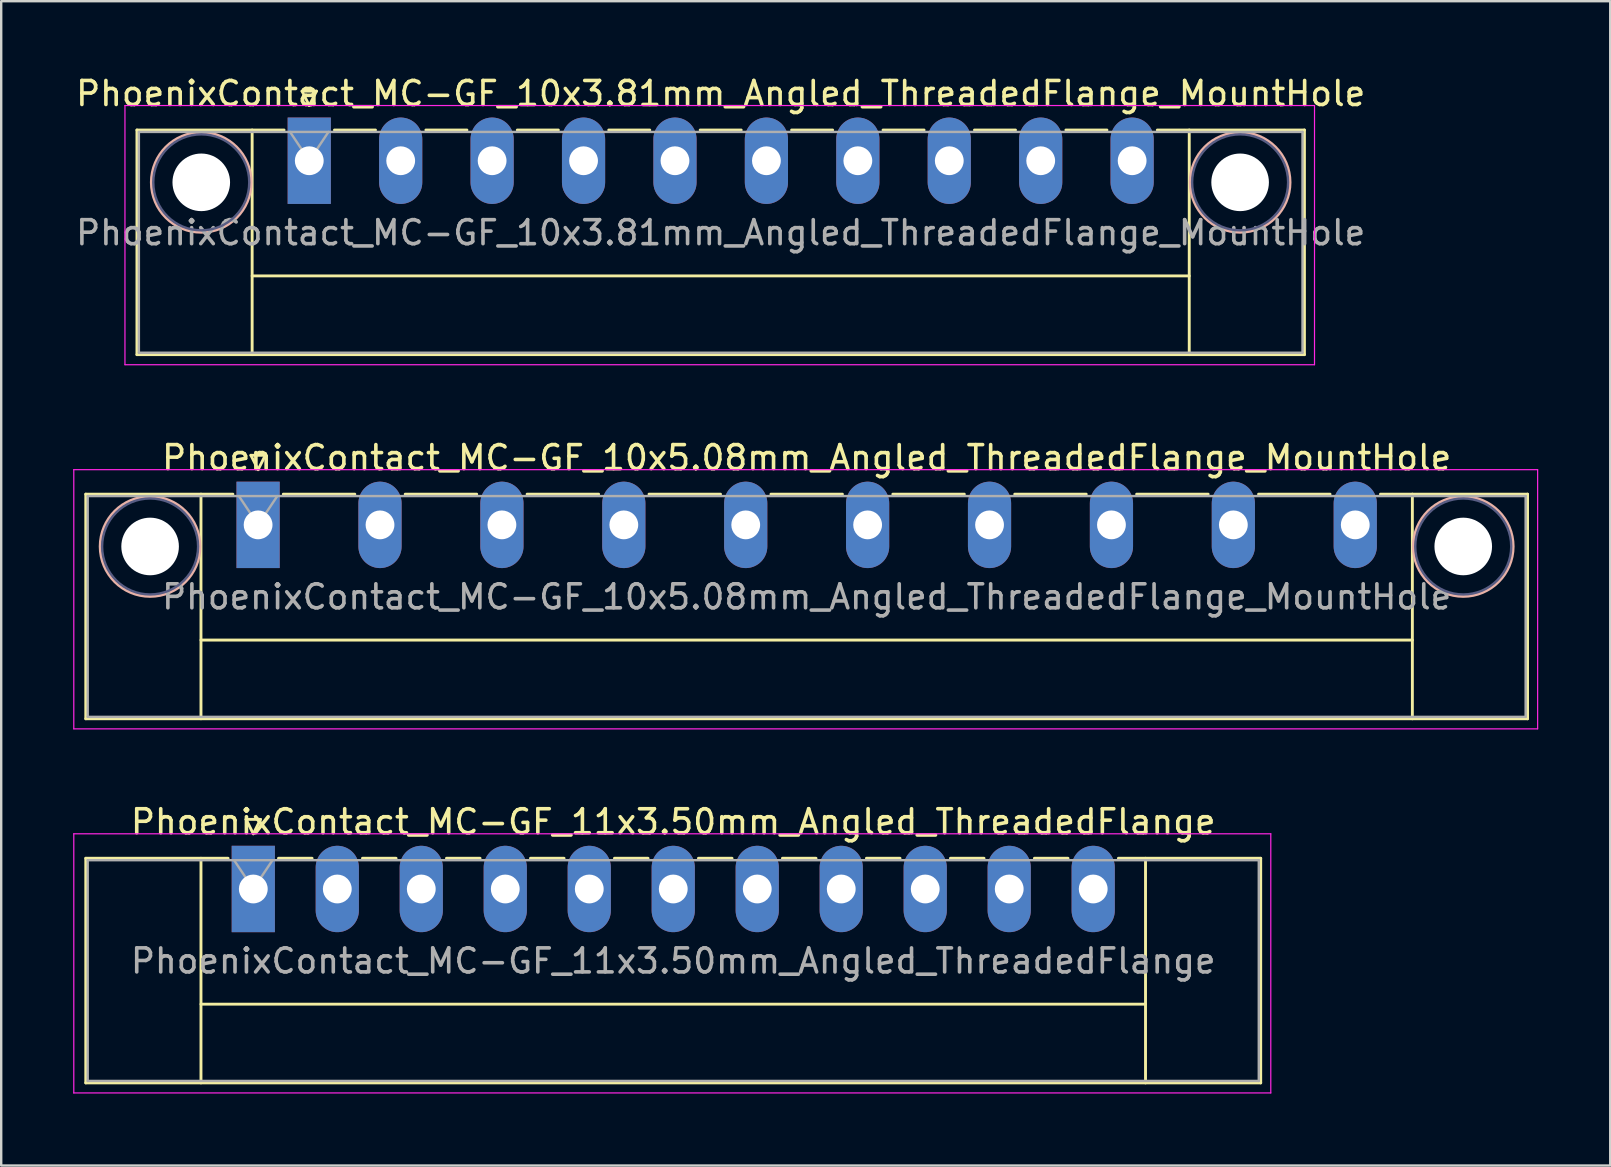
<source format=kicad_pcb>
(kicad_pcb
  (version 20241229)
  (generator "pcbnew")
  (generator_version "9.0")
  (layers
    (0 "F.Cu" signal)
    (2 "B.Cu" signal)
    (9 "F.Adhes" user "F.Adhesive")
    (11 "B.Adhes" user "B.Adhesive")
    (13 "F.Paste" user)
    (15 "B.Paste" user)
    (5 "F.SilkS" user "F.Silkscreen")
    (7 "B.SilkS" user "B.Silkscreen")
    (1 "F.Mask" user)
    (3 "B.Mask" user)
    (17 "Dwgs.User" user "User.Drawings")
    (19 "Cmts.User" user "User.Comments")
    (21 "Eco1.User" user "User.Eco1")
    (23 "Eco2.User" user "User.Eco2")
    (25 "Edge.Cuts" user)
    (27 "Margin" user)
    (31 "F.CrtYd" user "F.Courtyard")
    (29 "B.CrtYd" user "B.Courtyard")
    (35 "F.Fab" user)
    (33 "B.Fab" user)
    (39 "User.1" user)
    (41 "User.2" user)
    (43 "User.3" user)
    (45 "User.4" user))
  (footprint "PhoenixContact_MC-GF_10x3.81mm_Angled_ThreadedFlange_MountHole"
    (layer "F.Cu")
    (at 9.837 3.648)
    (property "Reference" "PhoenixContact_MC-GF_10x3.81mm_Angled_ThreadedFlange_MountHole" (at 17.145 -2.8 0) (layer "F.SilkS") (effects (font (size 1 1) (thickness 0.15))))
    (attr through_hole)
    (fp_line (start -7.18 -1.28) (end -7.18 8.08) (stroke (width 0.12) (type solid)) (layer "F.SilkS"))
    (fp_line (start -7.18 -1.28) (end -1.05 -1.28) (stroke (width 0.12) (type solid)) (layer "F.SilkS"))
    (fp_line (start -7.18 8.08) (end 41.47 8.08) (stroke (width 0.12) (type solid)) (layer "F.SilkS"))
    (fp_line (start -2.38 -1.28) (end -2.38 8.08) (stroke (width 0.12) (type solid)) (layer "F.SilkS"))
    (fp_line (start -2.38 4.8) (end 36.67 4.8) (stroke (width 0.12) (type solid)) (layer "F.SilkS"))
    (fp_line (start -0.3 -2.9) (end 0.3 -2.9) (stroke (width 0.12) (type solid)) (layer "F.SilkS"))
    (fp_line (start 0 -2.3) (end -0.3 -2.9) (stroke (width 0.12) (type solid)) (layer "F.SilkS"))
    (fp_line (start 0.3 -2.9) (end 0 -2.3) (stroke (width 0.12) (type solid)) (layer "F.SilkS"))
    (fp_line (start 1.05 -1.28) (end 2.76 -1.28) (stroke (width 0.12) (type solid)) (layer "F.SilkS"))
    (fp_line (start 4.86 -1.28) (end 6.57 -1.28) (stroke (width 0.12) (type solid)) (layer "F.SilkS"))
    (fp_line (start 8.67 -1.28) (end 10.38 -1.28) (stroke (width 0.12) (type solid)) (layer "F.SilkS"))
    (fp_line (start 12.48 -1.28) (end 14.19 -1.28) (stroke (width 0.12) (type solid)) (layer "F.SilkS"))
    (fp_line (start 16.29 -1.28) (end 18 -1.28) (stroke (width 0.12) (type solid)) (layer "F.SilkS"))
    (fp_line (start 20.1 -1.28) (end 21.81 -1.28) (stroke (width 0.12) (type solid)) (layer "F.SilkS"))
    (fp_line (start 23.91 -1.28) (end 25.62 -1.28) (stroke (width 0.12) (type solid)) (layer "F.SilkS"))
    (fp_line (start 27.72 -1.28) (end 29.43 -1.28) (stroke (width 0.12) (type solid)) (layer "F.SilkS"))
    (fp_line (start 31.53 -1.28) (end 33.24 -1.28) (stroke (width 0.12) (type solid)) (layer "F.SilkS"))
    (fp_line (start 36.67 -1.28) (end 36.67 8.08) (stroke (width 0.12) (type solid)) (layer "F.SilkS"))
    (fp_line (start 41.47 -1.28) (end 35.34 -1.28) (stroke (width 0.12) (type solid)) (layer "F.SilkS"))
    (fp_line (start 41.47 8.08) (end 41.47 -1.28) (stroke (width 0.12) (type solid)) (layer "F.SilkS"))
    (fp_circle (center -4.5 0.9) (end -2.42 0.9) (stroke (width 0.12) (type solid)) (fill no) (layer "B.SilkS"))
    (fp_circle (center 38.79 0.9) (end 40.87 0.9) (stroke (width 0.12) (type solid)) (fill no) (layer "B.SilkS"))
    (fp_line (start -7.68 -2.3) (end -7.68 8.5) (stroke (width 0.05) (type solid)) (layer "F.CrtYd"))
    (fp_line (start -7.68 8.5) (end 41.89 8.5) (stroke (width 0.05) (type solid)) (layer "F.CrtYd"))
    (fp_line (start 41.89 -2.3) (end -7.68 -2.3) (stroke (width 0.05) (type solid)) (layer "F.CrtYd"))
    (fp_line (start 41.89 8.5) (end 41.89 -2.3) (stroke (width 0.05) (type solid)) (layer "F.CrtYd"))
    (fp_circle (center -4.5 0.9) (end -2.5 0.9) (stroke (width 0.1) (type solid)) (fill no) (layer "B.Fab"))
    (fp_circle (center 38.79 0.9) (end 40.79 0.9) (stroke (width 0.1) (type solid)) (fill no) (layer "B.Fab"))
    (fp_line (start -7.1 -1.2) (end -7.1 8) (stroke (width 0.1) (type solid)) (layer "F.Fab"))
    (fp_line (start -7.1 8) (end 41.39 8) (stroke (width 0.1) (type solid)) (layer "F.Fab"))
    (fp_line (start 0 0) (end -0.8 -1.2) (stroke (width 0.1) (type solid)) (layer "F.Fab"))
    (fp_line (start 0.8 -1.2) (end 0 0) (stroke (width 0.1) (type solid)) (layer "F.Fab"))
    (fp_line (start 41.39 -1.2) (end -7.1 -1.2) (stroke (width 0.1) (type solid)) (layer "F.Fab"))
    (fp_line (start 41.39 8) (end 41.39 -1.2) (stroke (width 0.1) (type solid)) (layer "F.Fab"))
    (fp_text user "${REFERENCE}" (at 17.145 3 0) (layer "F.Fab") (effects (font (size 1 1) (thickness 0.15))))
    (pad "" np_thru_hole circle (at -4.5 0.9) (size 2.4 2.4) (drill 2.4) (layers "*.Cu" "*.Mask"))
    (pad "" np_thru_hole circle (at 38.79 0.9) (size 2.4 2.4) (drill 2.4) (layers "*.Cu" "*.Mask"))
    (pad "1" thru_hole rect (at 0 0) (size 1.8 3.6) (drill 1.2) (layers "*.Cu" "*.Mask"))
    (pad "2" thru_hole oval (at 3.81 0) (size 1.8 3.6) (drill 1.2) (layers "*.Cu" "*.Mask"))
    (pad "3" thru_hole oval (at 7.62 0) (size 1.8 3.6) (drill 1.2) (layers "*.Cu" "*.Mask"))
    (pad "4" thru_hole oval (at 11.43 0) (size 1.8 3.6) (drill 1.2) (layers "*.Cu" "*.Mask"))
    (pad "5" thru_hole oval (at 15.24 0) (size 1.8 3.6) (drill 1.2) (layers "*.Cu" "*.Mask"))
    (pad "6" thru_hole oval (at 19.05 0) (size 1.8 3.6) (drill 1.2) (layers "*.Cu" "*.Mask"))
    (pad "7" thru_hole oval (at 22.86 0) (size 1.8 3.6) (drill 1.2) (layers "*.Cu" "*.Mask"))
    (pad "8" thru_hole oval (at 26.67 0) (size 1.8 3.6) (drill 1.2) (layers "*.Cu" "*.Mask"))
    (pad "9" thru_hole oval (at 30.48 0) (size 1.8 3.6) (drill 1.2) (layers "*.Cu" "*.Mask"))
    (pad "10" thru_hole oval (at 34.29 0) (size 1.8 3.6) (drill 1.2) (layers "*.Cu" "*.Mask")))
  (footprint "PhoenixContact_MC-GF_11x3.50mm_Angled_ThreadedFlange"
    (layer "F.Cu")
    (at 7.505 33.995)
    (property "Reference" "PhoenixContact_MC-GF_11x3.50mm_Angled_ThreadedFlange" (at 17.5 -2.8 0) (layer "F.SilkS") (effects (font (size 1 1) (thickness 0.15))))
    (attr through_hole)
    (fp_line (start -6.98 -1.28) (end -6.98 8.08) (stroke (width 0.12) (type solid)) (layer "F.SilkS"))
    (fp_line (start -6.98 -1.28) (end -1.05 -1.28) (stroke (width 0.12) (type solid)) (layer "F.SilkS"))
    (fp_line (start -6.98 8.08) (end 41.98 8.08) (stroke (width 0.12) (type solid)) (layer "F.SilkS"))
    (fp_line (start -2.18 -1.28) (end -2.18 8.08) (stroke (width 0.12) (type solid)) (layer "F.SilkS"))
    (fp_line (start -2.18 4.8) (end 37.18 4.8) (stroke (width 0.12) (type solid)) (layer "F.SilkS"))
    (fp_line (start -0.3 -2.9) (end 0.3 -2.9) (stroke (width 0.12) (type solid)) (layer "F.SilkS"))
    (fp_line (start 0 -2.3) (end -0.3 -2.9) (stroke (width 0.12) (type solid)) (layer "F.SilkS"))
    (fp_line (start 0.3 -2.9) (end 0 -2.3) (stroke (width 0.12) (type solid)) (layer "F.SilkS"))
    (fp_line (start 1.05 -1.28) (end 2.45 -1.28) (stroke (width 0.12) (type solid)) (layer "F.SilkS"))
    (fp_line (start 4.55 -1.28) (end 5.95 -1.28) (stroke (width 0.12) (type solid)) (layer "F.SilkS"))
    (fp_line (start 8.05 -1.28) (end 9.45 -1.28) (stroke (width 0.12) (type solid)) (layer "F.SilkS"))
    (fp_line (start 11.55 -1.28) (end 12.95 -1.28) (stroke (width 0.12) (type solid)) (layer "F.SilkS"))
    (fp_line (start 15.05 -1.28) (end 16.45 -1.28) (stroke (width 0.12) (type solid)) (layer "F.SilkS"))
    (fp_line (start 18.55 -1.28) (end 19.95 -1.28) (stroke (width 0.12) (type solid)) (layer "F.SilkS"))
    (fp_line (start 22.05 -1.28) (end 23.45 -1.28) (stroke (width 0.12) (type solid)) (layer "F.SilkS"))
    (fp_line (start 25.55 -1.28) (end 26.95 -1.28) (stroke (width 0.12) (type solid)) (layer "F.SilkS"))
    (fp_line (start 29.05 -1.28) (end 30.45 -1.28) (stroke (width 0.12) (type solid)) (layer "F.SilkS"))
    (fp_line (start 32.55 -1.28) (end 33.95 -1.28) (stroke (width 0.12) (type solid)) (layer "F.SilkS"))
    (fp_line (start 37.18 -1.28) (end 37.18 8.08) (stroke (width 0.12) (type solid)) (layer "F.SilkS"))
    (fp_line (start 41.98 -1.28) (end 36.05 -1.28) (stroke (width 0.12) (type solid)) (layer "F.SilkS"))
    (fp_line (start 41.98 8.08) (end 41.98 -1.28) (stroke (width 0.12) (type solid)) (layer "F.SilkS"))
    (fp_line (start -7.48 -2.3) (end -7.48 8.5) (stroke (width 0.05) (type solid)) (layer "F.CrtYd"))
    (fp_line (start -7.48 8.5) (end 42.4 8.5) (stroke (width 0.05) (type solid)) (layer "F.CrtYd"))
    (fp_line (start 42.4 -2.3) (end -7.48 -2.3) (stroke (width 0.05) (type solid)) (layer "F.CrtYd"))
    (fp_line (start 42.4 8.5) (end 42.4 -2.3) (stroke (width 0.05) (type solid)) (layer "F.CrtYd"))
    (fp_line (start -6.9 -1.2) (end -6.9 8) (stroke (width 0.1) (type solid)) (layer "F.Fab"))
    (fp_line (start -6.9 8) (end 41.9 8) (stroke (width 0.1) (type solid)) (layer "F.Fab"))
    (fp_line (start 0 0) (end -0.8 -1.2) (stroke (width 0.1) (type solid)) (layer "F.Fab"))
    (fp_line (start 0.8 -1.2) (end 0 0) (stroke (width 0.1) (type solid)) (layer "F.Fab"))
    (fp_line (start 41.9 -1.2) (end -6.9 -1.2) (stroke (width 0.1) (type solid)) (layer "F.Fab"))
    (fp_line (start 41.9 8) (end 41.9 -1.2) (stroke (width 0.1) (type solid)) (layer "F.Fab"))
    (fp_text user "${REFERENCE}" (at 17.5 3 0) (layer "F.Fab") (effects (font (size 1 1) (thickness 0.15))))
    (pad "1" thru_hole rect (at 0 0) (size 1.8 3.6) (drill 1.2) (layers "*.Cu" "*.Mask"))
    (pad "2" thru_hole oval (at 3.5 0) (size 1.8 3.6) (drill 1.2) (layers "*.Cu" "*.Mask"))
    (pad "3" thru_hole oval (at 7 0) (size 1.8 3.6) (drill 1.2) (layers "*.Cu" "*.Mask"))
    (pad "4" thru_hole oval (at 10.5 0) (size 1.8 3.6) (drill 1.2) (layers "*.Cu" "*.Mask"))
    (pad "5" thru_hole oval (at 14 0) (size 1.8 3.6) (drill 1.2) (layers "*.Cu" "*.Mask"))
    (pad "6" thru_hole oval (at 17.5 0) (size 1.8 3.6) (drill 1.2) (layers "*.Cu" "*.Mask"))
    (pad "7" thru_hole oval (at 21 0) (size 1.8 3.6) (drill 1.2) (layers "*.Cu" "*.Mask"))
    (pad "8" thru_hole oval (at 24.5 0) (size 1.8 3.6) (drill 1.2) (layers "*.Cu" "*.Mask"))
    (pad "9" thru_hole oval (at 28 0) (size 1.8 3.6) (drill 1.2) (layers "*.Cu" "*.Mask"))
    (pad "10" thru_hole oval (at 31.5 0) (size 1.8 3.6) (drill 1.2) (layers "*.Cu" "*.Mask"))
    (pad "11" thru_hole oval (at 35 0) (size 1.8 3.6) (drill 1.2) (layers "*.Cu" "*.Mask")))
  (footprint "PhoenixContact_MC-GF_10x5.08mm_Angled_ThreadedFlange_MountHole"
    (layer "F.Cu")
    (at 7.705 18.822)
    (property "Reference" "PhoenixContact_MC-GF_10x5.08mm_Angled_ThreadedFlange_MountHole" (at 22.86 -2.8 0) (layer "F.SilkS") (effects (font (size 1 1) (thickness 0.15))))
    (attr through_hole)
    (fp_line (start -7.18 -1.28) (end -7.18 8.08) (stroke (width 0.12) (type solid)) (layer "F.SilkS"))
    (fp_line (start -7.18 -1.28) (end -1.05 -1.28) (stroke (width 0.12) (type solid)) (layer "F.SilkS"))
    (fp_line (start -7.18 8.08) (end 52.9 8.08) (stroke (width 0.12) (type solid)) (layer "F.SilkS"))
    (fp_line (start -2.38 -1.28) (end -2.38 8.08) (stroke (width 0.12) (type solid)) (layer "F.SilkS"))
    (fp_line (start -2.38 4.8) (end 48.1 4.8) (stroke (width 0.12) (type solid)) (layer "F.SilkS"))
    (fp_line (start -0.3 -2.9) (end 0.3 -2.9) (stroke (width 0.12) (type solid)) (layer "F.SilkS"))
    (fp_line (start 0 -2.3) (end -0.3 -2.9) (stroke (width 0.12) (type solid)) (layer "F.SilkS"))
    (fp_line (start 0.3 -2.9) (end 0 -2.3) (stroke (width 0.12) (type solid)) (layer "F.SilkS"))
    (fp_line (start 1.05 -1.28) (end 4.03 -1.28) (stroke (width 0.12) (type solid)) (layer "F.SilkS"))
    (fp_line (start 6.13 -1.28) (end 9.11 -1.28) (stroke (width 0.12) (type solid)) (layer "F.SilkS"))
    (fp_line (start 11.21 -1.28) (end 14.19 -1.28) (stroke (width 0.12) (type solid)) (layer "F.SilkS"))
    (fp_line (start 16.29 -1.28) (end 19.27 -1.28) (stroke (width 0.12) (type solid)) (layer "F.SilkS"))
    (fp_line (start 21.37 -1.28) (end 24.35 -1.28) (stroke (width 0.12) (type solid)) (layer "F.SilkS"))
    (fp_line (start 26.45 -1.28) (end 29.43 -1.28) (stroke (width 0.12) (type solid)) (layer "F.SilkS"))
    (fp_line (start 31.53 -1.28) (end 34.51 -1.28) (stroke (width 0.12) (type solid)) (layer "F.SilkS"))
    (fp_line (start 36.61 -1.28) (end 39.59 -1.28) (stroke (width 0.12) (type solid)) (layer "F.SilkS"))
    (fp_line (start 41.69 -1.28) (end 44.67 -1.28) (stroke (width 0.12) (type solid)) (layer "F.SilkS"))
    (fp_line (start 48.1 -1.28) (end 48.1 8.08) (stroke (width 0.12) (type solid)) (layer "F.SilkS"))
    (fp_line (start 52.9 -1.28) (end 46.77 -1.28) (stroke (width 0.12) (type solid)) (layer "F.SilkS"))
    (fp_line (start 52.9 8.08) (end 52.9 -1.28) (stroke (width 0.12) (type solid)) (layer "F.SilkS"))
    (fp_circle (center -4.5 0.9) (end -2.42 0.9) (stroke (width 0.12) (type solid)) (fill no) (layer "B.SilkS"))
    (fp_circle (center 50.22 0.9) (end 52.3 0.9) (stroke (width 0.12) (type solid)) (fill no) (layer "B.SilkS"))
    (fp_line (start -7.68 -2.3) (end -7.68 8.5) (stroke (width 0.05) (type solid)) (layer "F.CrtYd"))
    (fp_line (start -7.68 8.5) (end 53.32 8.5) (stroke (width 0.05) (type solid)) (layer "F.CrtYd"))
    (fp_line (start 53.32 -2.3) (end -7.68 -2.3) (stroke (width 0.05) (type solid)) (layer "F.CrtYd"))
    (fp_line (start 53.32 8.5) (end 53.32 -2.3) (stroke (width 0.05) (type solid)) (layer "F.CrtYd"))
    (fp_circle (center -4.5 0.9) (end -2.5 0.9) (stroke (width 0.1) (type solid)) (fill no) (layer "B.Fab"))
    (fp_circle (center 50.22 0.9) (end 52.22 0.9) (stroke (width 0.1) (type solid)) (fill no) (layer "B.Fab"))
    (fp_line (start -7.1 -1.2) (end -7.1 8) (stroke (width 0.1) (type solid)) (layer "F.Fab"))
    (fp_line (start -7.1 8) (end 52.82 8) (stroke (width 0.1) (type solid)) (layer "F.Fab"))
    (fp_line (start 0 0) (end -0.8 -1.2) (stroke (width 0.1) (type solid)) (layer "F.Fab"))
    (fp_line (start 0.8 -1.2) (end 0 0) (stroke (width 0.1) (type solid)) (layer "F.Fab"))
    (fp_line (start 52.82 -1.2) (end -7.1 -1.2) (stroke (width 0.1) (type solid)) (layer "F.Fab"))
    (fp_line (start 52.82 8) (end 52.82 -1.2) (stroke (width 0.1) (type solid)) (layer "F.Fab"))
    (fp_text user "${REFERENCE}" (at 22.86 3 0) (layer "F.Fab") (effects (font (size 1 1) (thickness 0.15))))
    (pad "" np_thru_hole circle (at -4.5 0.9) (size 2.4 2.4) (drill 2.4) (layers "*.Cu" "*.Mask"))
    (pad "" np_thru_hole circle (at 50.22 0.9) (size 2.4 2.4) (drill 2.4) (layers "*.Cu" "*.Mask"))
    (pad "1" thru_hole rect (at 0 0) (size 1.8 3.6) (drill 1.2) (layers "*.Cu" "*.Mask"))
    (pad "2" thru_hole oval (at 5.08 0) (size 1.8 3.6) (drill 1.2) (layers "*.Cu" "*.Mask"))
    (pad "3" thru_hole oval (at 10.16 0) (size 1.8 3.6) (drill 1.2) (layers "*.Cu" "*.Mask"))
    (pad "4" thru_hole oval (at 15.24 0) (size 1.8 3.6) (drill 1.2) (layers "*.Cu" "*.Mask"))
    (pad "5" thru_hole oval (at 20.32 0) (size 1.8 3.6) (drill 1.2) (layers "*.Cu" "*.Mask"))
    (pad "6" thru_hole oval (at 25.4 0) (size 1.8 3.6) (drill 1.2) (layers "*.Cu" "*.Mask"))
    (pad "7" thru_hole oval (at 30.48 0) (size 1.8 3.6) (drill 1.2) (layers "*.Cu" "*.Mask"))
    (pad "8" thru_hole oval (at 35.56 0) (size 1.8 3.6) (drill 1.2) (layers "*.Cu" "*.Mask"))
    (pad "9" thru_hole oval (at 40.64 0) (size 1.8 3.6) (drill 1.2) (layers "*.Cu" "*.Mask"))
    (pad "10" thru_hole oval (at 45.72 0) (size 1.8 3.6) (drill 1.2) (layers "*.Cu" "*.Mask")))
  (gr_rect
    (start -3 -3)
    (end 64.05 45.52)
    (stroke (width 0.1) (type default))
    (fill no)
    (layer "Edge.Cuts")))
</source>
